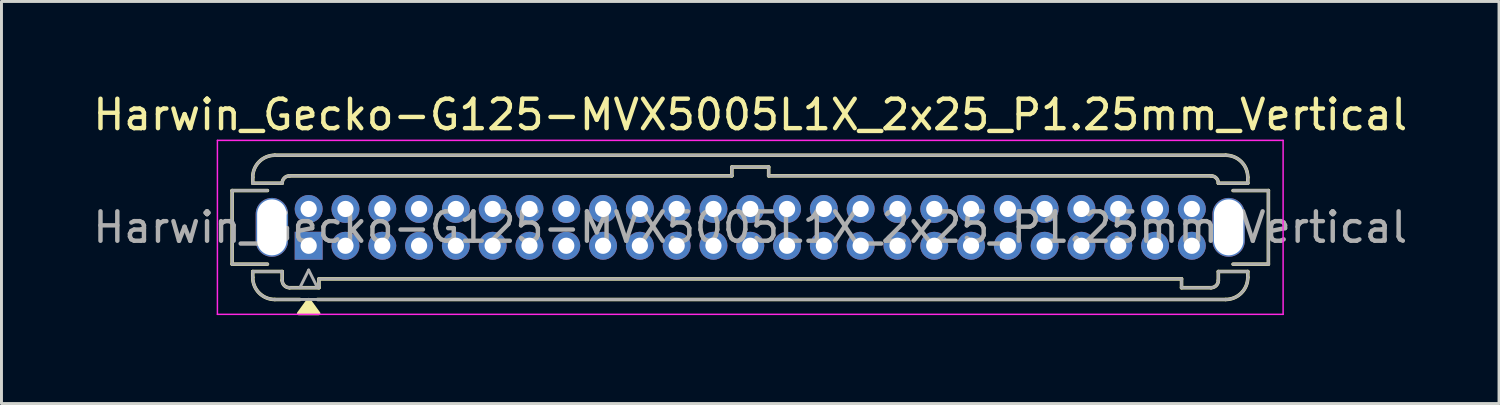
<source format=kicad_pcb>
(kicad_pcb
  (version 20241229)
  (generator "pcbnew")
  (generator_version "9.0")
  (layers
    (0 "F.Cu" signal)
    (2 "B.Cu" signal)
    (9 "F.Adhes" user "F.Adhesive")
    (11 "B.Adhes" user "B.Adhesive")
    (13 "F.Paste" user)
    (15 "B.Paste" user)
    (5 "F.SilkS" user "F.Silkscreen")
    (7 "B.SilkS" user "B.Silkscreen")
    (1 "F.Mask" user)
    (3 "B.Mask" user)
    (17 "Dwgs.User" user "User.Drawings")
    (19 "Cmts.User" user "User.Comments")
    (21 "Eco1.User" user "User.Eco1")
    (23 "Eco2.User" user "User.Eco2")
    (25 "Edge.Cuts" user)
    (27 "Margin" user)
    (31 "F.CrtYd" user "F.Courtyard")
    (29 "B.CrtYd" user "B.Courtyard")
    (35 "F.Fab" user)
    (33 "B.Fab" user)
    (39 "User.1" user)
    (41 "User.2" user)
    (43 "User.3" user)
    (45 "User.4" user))
  (footprint "Harwin_Gecko-G125-MVX5005L1X_2x25_P1.25mm_Vertical"
    (layer "F.Cu")
    (at 7.435 5.298)
    (property "Reference" "Harwin_Gecko-G125-MVX5005L1X_2x25_P1.25mm_Vertical" (at 15 -4.45 0) (layer "F.SilkS") (effects (font (size 1 1) (thickness 0.15))))
    (attr through_hole)
    (fp_line (start -2.6 -1.875) (end -2.6 0.625) (stroke (width 0.12) (type solid)) (layer "F.SilkS"))
    (fp_line (start -2.6 0.625) (end -1.4 0.625) (stroke (width 0.12) (type solid)) (layer "F.SilkS"))
    (fp_line (start -1.9 -2.325) (end -1.9 -2.125) (stroke (width 0.12) (type solid)) (layer "F.SilkS"))
    (fp_line (start -1.9 -2.125) (end -0.9 -2.125) (stroke (width 0.12) (type solid)) (layer "F.SilkS"))
    (fp_line (start -1.9 0.875) (end -0.9 0.875) (stroke (width 0.12) (type solid)) (layer "F.SilkS"))
    (fp_line (start -1.9 1.075) (end -1.9 0.875) (stroke (width 0.12) (type solid)) (layer "F.SilkS"))
    (fp_line (start -1.4 -1.875) (end -2.6 -1.875) (stroke (width 0.12) (type solid)) (layer "F.SilkS"))
    (fp_line (start -1.15 -3.075) (end 31.15 -3.075) (stroke (width 0.12) (type solid)) (layer "F.SilkS"))
    (fp_line (start -1.15 1.825) (end -0.3 1.825) (stroke (width 0.12) (type solid)) (layer "F.SilkS"))
    (fp_line (start -0.9 1.175) (end -0.9 0.875) (stroke (width 0.12) (type solid)) (layer "F.SilkS"))
    (fp_line (start -0.65 -2.375) (end 14.375 -2.375) (stroke (width 0.12) (type solid)) (layer "F.SilkS"))
    (fp_line (start -0.65 1.425) (end 0.35 1.425) (stroke (width 0.12) (type solid)) (layer "F.SilkS"))
    (fp_line (start 0.3 1.825) (end 31.15 1.825) (stroke (width 0.12) (type solid)) (layer "F.SilkS"))
    (fp_line (start 0.35 1.125) (end 29.65 1.125) (stroke (width 0.12) (type solid)) (layer "F.SilkS"))
    (fp_line (start 0.35 1.425) (end 0.35 1.125) (stroke (width 0.12) (type solid)) (layer "F.SilkS"))
    (fp_line (start 14.375 -2.675) (end 15.625 -2.675) (stroke (width 0.12) (type solid)) (layer "F.SilkS"))
    (fp_line (start 14.375 -2.375) (end 14.375 -2.675) (stroke (width 0.12) (type solid)) (layer "F.SilkS"))
    (fp_line (start 15.625 -2.675) (end 15.625 -2.375) (stroke (width 0.12) (type solid)) (layer "F.SilkS"))
    (fp_line (start 15.625 -2.375) (end 30.65 -2.375) (stroke (width 0.12) (type solid)) (layer "F.SilkS"))
    (fp_line (start 29.65 1.125) (end 29.65 1.425) (stroke (width 0.12) (type solid)) (layer "F.SilkS"))
    (fp_line (start 29.65 1.425) (end 30.65 1.425) (stroke (width 0.12) (type solid)) (layer "F.SilkS"))
    (fp_line (start 30.9 1.175) (end 30.9 0.875) (stroke (width 0.12) (type solid)) (layer "F.SilkS"))
    (fp_line (start 31.4 -1.875) (end 32.6 -1.875) (stroke (width 0.12) (type solid)) (layer "F.SilkS"))
    (fp_line (start 31.9 -2.325) (end 31.9 -2.125) (stroke (width 0.12) (type solid)) (layer "F.SilkS"))
    (fp_line (start 31.9 -2.125) (end 30.9 -2.125) (stroke (width 0.12) (type solid)) (layer "F.SilkS"))
    (fp_line (start 31.9 0.875) (end 30.9 0.875) (stroke (width 0.12) (type solid)) (layer "F.SilkS"))
    (fp_line (start 31.9 1.075) (end 31.9 0.875) (stroke (width 0.12) (type solid)) (layer "F.SilkS"))
    (fp_line (start 32.6 -1.875) (end 32.6 0.625) (stroke (width 0.12) (type solid)) (layer "F.SilkS"))
    (fp_line (start 32.6 0.625) (end 31.4 0.625) (stroke (width 0.12) (type solid)) (layer "F.SilkS"))
    (fp_arc (start -1.9 -2.325) (mid -1.68033 -2.85533) (end -1.15 -3.075) (stroke (width 0.12) (type solid)) (layer "F.SilkS"))
    (fp_arc (start -1.15 1.825) (mid -1.68033 1.60533) (end -1.9 1.075) (stroke (width 0.12) (type solid)) (layer "F.SilkS"))
    (fp_arc (start -0.9 -2.125) (mid -0.826777 -2.301777) (end -0.65 -2.375) (stroke (width 0.12) (type solid)) (layer "F.SilkS"))
    (fp_arc (start -0.65 1.425) (mid -0.826777 1.351777) (end -0.9 1.175) (stroke (width 0.12) (type solid)) (layer "F.SilkS"))
    (fp_arc (start 30.65 -2.375) (mid 30.826777 -2.301777) (end 30.9 -2.125) (stroke (width 0.12) (type solid)) (layer "F.SilkS"))
    (fp_arc (start 30.9 1.175) (mid 30.826777 1.351777) (end 30.65 1.425) (stroke (width 0.12) (type solid)) (layer "F.SilkS"))
    (fp_arc (start 31.15 -3.075) (mid 31.68033 -2.85533) (end 31.9 -2.325) (stroke (width 0.12) (type solid)) (layer "F.SilkS"))
    (fp_arc (start 31.9 1.075) (mid 31.68033 1.60533) (end 31.15 1.825) (stroke (width 0.12) (type solid)) (layer "F.SilkS"))
    (fp_poly (pts (xy 0 1.83) (xy -0.34 2.3) (xy 0.34 2.3) (xy 0 1.83)) (stroke (width 0.12) (type solid)) (fill yes) (layer "F.SilkS"))
    (fp_line (start -3.1 -3.58) (end -3.1 2.33) (stroke (width 0.05) (type solid)) (layer "F.CrtYd"))
    (fp_line (start -3.1 2.33) (end 33.1 2.33) (stroke (width 0.05) (type solid)) (layer "F.CrtYd"))
    (fp_line (start 33.1 -3.58) (end -3.1 -3.58) (stroke (width 0.05) (type solid)) (layer "F.CrtYd"))
    (fp_line (start 33.1 -3.58) (end 33.1 2.33) (stroke (width 0.05) (type solid)) (layer "F.CrtYd"))
    (fp_line (start -2.6 -1.875) (end -2.6 0.625) (stroke (width 0.1) (type solid)) (layer "F.Fab"))
    (fp_line (start -2.6 0.625) (end -1.4 0.625) (stroke (width 0.1) (type solid)) (layer "F.Fab"))
    (fp_line (start -1.9 -2.325) (end -1.9 -2.125) (stroke (width 0.1) (type solid)) (layer "F.Fab"))
    (fp_line (start -1.9 -2.125) (end -0.9 -2.125) (stroke (width 0.1) (type solid)) (layer "F.Fab"))
    (fp_line (start -1.9 0.875) (end -0.9 0.875) (stroke (width 0.1) (type solid)) (layer "F.Fab"))
    (fp_line (start -1.9 1.075) (end -1.9 0.875) (stroke (width 0.1) (type solid)) (layer "F.Fab"))
    (fp_line (start -1.4 -1.875) (end -2.6 -1.875) (stroke (width 0.1) (type solid)) (layer "F.Fab"))
    (fp_line (start -1.15 -3.075) (end 31.15 -3.075) (stroke (width 0.1) (type solid)) (layer "F.Fab"))
    (fp_line (start -1.15 1.825) (end 31.15 1.825) (stroke (width 0.1) (type solid)) (layer "F.Fab"))
    (fp_line (start -0.9 1.175) (end -0.9 0.875) (stroke (width 0.1) (type solid)) (layer "F.Fab"))
    (fp_line (start -0.65 -2.375) (end 14.375 -2.375) (stroke (width 0.1) (type solid)) (layer "F.Fab"))
    (fp_line (start -0.65 1.425) (end 0.35 1.425) (stroke (width 0.1) (type solid)) (layer "F.Fab"))
    (fp_line (start 0 0.825) (end -0.3 1.425) (stroke (width 0.1) (type solid)) (layer "F.Fab"))
    (fp_line (start 0.3 1.425) (end 0 0.825) (stroke (width 0.1) (type solid)) (layer "F.Fab"))
    (fp_line (start 0.35 1.125) (end 29.65 1.125) (stroke (width 0.1) (type solid)) (layer "F.Fab"))
    (fp_line (start 0.35 1.425) (end 0.35 1.125) (stroke (width 0.1) (type solid)) (layer "F.Fab"))
    (fp_line (start 14.375 -2.675) (end 15.625 -2.675) (stroke (width 0.1) (type solid)) (layer "F.Fab"))
    (fp_line (start 14.375 -2.375) (end 14.375 -2.675) (stroke (width 0.1) (type solid)) (layer "F.Fab"))
    (fp_line (start 15.625 -2.675) (end 15.625 -2.375) (stroke (width 0.1) (type solid)) (layer "F.Fab"))
    (fp_line (start 15.625 -2.375) (end 30.65 -2.375) (stroke (width 0.1) (type solid)) (layer "F.Fab"))
    (fp_line (start 29.65 1.125) (end 29.65 1.425) (stroke (width 0.1) (type solid)) (layer "F.Fab"))
    (fp_line (start 29.65 1.425) (end 30.65 1.425) (stroke (width 0.1) (type solid)) (layer "F.Fab"))
    (fp_line (start 30.9 1.175) (end 30.9 0.875) (stroke (width 0.1) (type solid)) (layer "F.Fab"))
    (fp_line (start 31.4 -1.875) (end 32.6 -1.875) (stroke (width 0.1) (type solid)) (layer "F.Fab"))
    (fp_line (start 31.9 -2.325) (end 31.9 -2.125) (stroke (width 0.1) (type solid)) (layer "F.Fab"))
    (fp_line (start 31.9 -2.125) (end 30.9 -2.125) (stroke (width 0.1) (type solid)) (layer "F.Fab"))
    (fp_line (start 31.9 0.875) (end 30.9 0.875) (stroke (width 0.1) (type solid)) (layer "F.Fab"))
    (fp_line (start 31.9 1.075) (end 31.9 0.875) (stroke (width 0.1) (type solid)) (layer "F.Fab"))
    (fp_line (start 32.6 -1.875) (end 32.6 0.625) (stroke (width 0.1) (type solid)) (layer "F.Fab"))
    (fp_line (start 32.6 0.625) (end 31.4 0.625) (stroke (width 0.1) (type solid)) (layer "F.Fab"))
    (fp_arc (start -1.9 -2.325) (mid -1.68033 -2.85533) (end -1.15 -3.075) (stroke (width 0.1) (type solid)) (layer "F.Fab"))
    (fp_arc (start -1.15 1.825) (mid -1.68033 1.60533) (end -1.9 1.075) (stroke (width 0.1) (type solid)) (layer "F.Fab"))
    (fp_arc (start -0.9 -2.125) (mid -0.826777 -2.301777) (end -0.65 -2.375) (stroke (width 0.1) (type solid)) (layer "F.Fab"))
    (fp_arc (start -0.65 1.425) (mid -0.826777 1.351777) (end -0.9 1.175) (stroke (width 0.1) (type solid)) (layer "F.Fab"))
    (fp_arc (start 30.65 -2.375) (mid 30.826777 -2.301777) (end 30.9 -2.125) (stroke (width 0.1) (type solid)) (layer "F.Fab"))
    (fp_arc (start 30.9 1.175) (mid 30.826777 1.351777) (end 30.65 1.425) (stroke (width 0.1) (type solid)) (layer "F.Fab"))
    (fp_arc (start 31.15 -3.075) (mid 31.68033 -2.85533) (end 31.9 -2.325) (stroke (width 0.1) (type solid)) (layer "F.Fab"))
    (fp_arc (start 31.9 1.075) (mid 31.68033 1.60533) (end 31.15 1.825) (stroke (width 0.1) (type solid)) (layer "F.Fab"))
    (fp_text user "${REFERENCE}" (at 15 -0.625 0) (layer "F.Fab") (effects (font (size 1 1) (thickness 0.15))))
    (pad "" np_thru_hole oval (at -1.25 -0.625) (size 1.1 2) (drill oval 1 1.9) (layers "*.Cu" "*.Mask"))
    (pad "" np_thru_hole oval (at 31.25 -0.625) (size 1.1 2) (drill oval 1 1.9) (layers "*.Cu" "*.Mask"))
    (pad "1" thru_hole rect (at 0 0) (size 0.95 0.95) (drill 0.55) (layers "*.Cu" "*.Mask"))
    (pad "2" thru_hole circle (at 1.25 0) (size 0.95 0.95) (drill 0.55) (layers "*.Cu" "*.Mask"))
    (pad "3" thru_hole circle (at 2.5 0) (size 0.95 0.95) (drill 0.55) (layers "*.Cu" "*.Mask"))
    (pad "4" thru_hole circle (at 3.75 0) (size 0.95 0.95) (drill 0.55) (layers "*.Cu" "*.Mask"))
    (pad "5" thru_hole circle (at 5 0) (size 0.95 0.95) (drill 0.55) (layers "*.Cu" "*.Mask"))
    (pad "6" thru_hole circle (at 6.25 0) (size 0.95 0.95) (drill 0.55) (layers "*.Cu" "*.Mask"))
    (pad "7" thru_hole circle (at 7.5 0) (size 0.95 0.95) (drill 0.55) (layers "*.Cu" "*.Mask"))
    (pad "8" thru_hole circle (at 8.75 0) (size 0.95 0.95) (drill 0.55) (layers "*.Cu" "*.Mask"))
    (pad "9" thru_hole circle (at 10 0) (size 0.95 0.95) (drill 0.55) (layers "*.Cu" "*.Mask"))
    (pad "10" thru_hole circle (at 11.25 0) (size 0.95 0.95) (drill 0.55) (layers "*.Cu" "*.Mask"))
    (pad "11" thru_hole circle (at 12.5 0) (size 0.95 0.95) (drill 0.55) (layers "*.Cu" "*.Mask"))
    (pad "12" thru_hole circle (at 13.75 0) (size 0.95 0.95) (drill 0.55) (layers "*.Cu" "*.Mask"))
    (pad "13" thru_hole circle (at 15 0) (size 0.95 0.95) (drill 0.55) (layers "*.Cu" "*.Mask"))
    (pad "14" thru_hole circle (at 16.25 0) (size 0.95 0.95) (drill 0.55) (layers "*.Cu" "*.Mask"))
    (pad "15" thru_hole circle (at 17.5 0) (size 0.95 0.95) (drill 0.55) (layers "*.Cu" "*.Mask"))
    (pad "16" thru_hole circle (at 18.75 0) (size 0.95 0.95) (drill 0.55) (layers "*.Cu" "*.Mask"))
    (pad "17" thru_hole circle (at 20 0) (size 0.95 0.95) (drill 0.55) (layers "*.Cu" "*.Mask"))
    (pad "18" thru_hole circle (at 21.25 0) (size 0.95 0.95) (drill 0.55) (layers "*.Cu" "*.Mask"))
    (pad "19" thru_hole circle (at 22.5 0) (size 0.95 0.95) (drill 0.55) (layers "*.Cu" "*.Mask"))
    (pad "20" thru_hole circle (at 23.75 0) (size 0.95 0.95) (drill 0.55) (layers "*.Cu" "*.Mask"))
    (pad "21" thru_hole circle (at 25 0) (size 0.95 0.95) (drill 0.55) (layers "*.Cu" "*.Mask"))
    (pad "22" thru_hole circle (at 26.25 0) (size 0.95 0.95) (drill 0.55) (layers "*.Cu" "*.Mask"))
    (pad "23" thru_hole circle (at 27.5 0) (size 0.95 0.95) (drill 0.55) (layers "*.Cu" "*.Mask"))
    (pad "24" thru_hole circle (at 28.75 0) (size 0.95 0.95) (drill 0.55) (layers "*.Cu" "*.Mask"))
    (pad "25" thru_hole circle (at 30 0) (size 0.95 0.95) (drill 0.55) (layers "*.Cu" "*.Mask"))
    (pad "26" thru_hole circle (at 1.25 -1.25) (size 0.95 0.95) (drill 0.55) (layers "*.Cu" "*.Mask"))
    (pad "27" thru_hole circle (at 0 -1.25) (size 0.95 0.95) (drill 0.55) (layers "*.Cu" "*.Mask"))
    (pad "28" thru_hole circle (at 2.5 -1.25) (size 0.95 0.95) (drill 0.55) (layers "*.Cu" "*.Mask"))
    (pad "29" thru_hole circle (at 3.75 -1.25) (size 0.95 0.95) (drill 0.55) (layers "*.Cu" "*.Mask"))
    (pad "30" thru_hole circle (at 5 -1.25) (size 0.95 0.95) (drill 0.55) (layers "*.Cu" "*.Mask"))
    (pad "31" thru_hole circle (at 6.25 -1.25) (size 0.95 0.95) (drill 0.55) (layers "*.Cu" "*.Mask"))
    (pad "32" thru_hole circle (at 7.5 -1.25) (size 0.95 0.95) (drill 0.55) (layers "*.Cu" "*.Mask"))
    (pad "33" thru_hole circle (at 8.75 -1.25) (size 0.95 0.95) (drill 0.55) (layers "*.Cu" "*.Mask"))
    (pad "34" thru_hole circle (at 10 -1.25) (size 0.95 0.95) (drill 0.55) (layers "*.Cu" "*.Mask"))
    (pad "35" thru_hole circle (at 11.25 -1.25) (size 0.95 0.95) (drill 0.55) (layers "*.Cu" "*.Mask"))
    (pad "36" thru_hole circle (at 12.5 -1.25) (size 0.95 0.95) (drill 0.55) (layers "*.Cu" "*.Mask"))
    (pad "37" thru_hole circle (at 13.75 -1.25) (size 0.95 0.95) (drill 0.55) (layers "*.Cu" "*.Mask"))
    (pad "38" thru_hole circle (at 15 -1.25) (size 0.95 0.95) (drill 0.55) (layers "*.Cu" "*.Mask"))
    (pad "39" thru_hole circle (at 16.25 -1.25) (size 0.95 0.95) (drill 0.55) (layers "*.Cu" "*.Mask"))
    (pad "40" thru_hole circle (at 17.5 -1.25) (size 0.95 0.95) (drill 0.55) (layers "*.Cu" "*.Mask"))
    (pad "41" thru_hole circle (at 18.75 -1.25) (size 0.95 0.95) (drill 0.55) (layers "*.Cu" "*.Mask"))
    (pad "42" thru_hole circle (at 20 -1.25) (size 0.95 0.95) (drill 0.55) (layers "*.Cu" "*.Mask"))
    (pad "43" thru_hole circle (at 21.25 -1.25) (size 0.95 0.95) (drill 0.55) (layers "*.Cu" "*.Mask"))
    (pad "44" thru_hole circle (at 22.5 -1.25) (size 0.95 0.95) (drill 0.55) (layers "*.Cu" "*.Mask"))
    (pad "45" thru_hole circle (at 23.75 -1.25) (size 0.95 0.95) (drill 0.55) (layers "*.Cu" "*.Mask"))
    (pad "46" thru_hole circle (at 25 -1.25) (size 0.95 0.95) (drill 0.55) (layers "*.Cu" "*.Mask"))
    (pad "47" thru_hole circle (at 26.25 -1.25) (size 0.95 0.95) (drill 0.55) (layers "*.Cu" "*.Mask"))
    (pad "48" thru_hole circle (at 27.5 -1.25) (size 0.95 0.95) (drill 0.55) (layers "*.Cu" "*.Mask"))
    (pad "49" thru_hole circle (at 28.75 -1.25) (size 0.95 0.95) (drill 0.55) (layers "*.Cu" "*.Mask"))
    (pad "50" thru_hole circle (at 30 -1.25) (size 0.95 0.95) (drill 0.55) (layers "*.Cu" "*.Mask")))
  (gr_rect
    (start -3 -3)
    (end 47.869 10.658)
    (stroke (width 0.1) (type default))
    (fill no)
    (layer "Edge.Cuts")))
</source>
